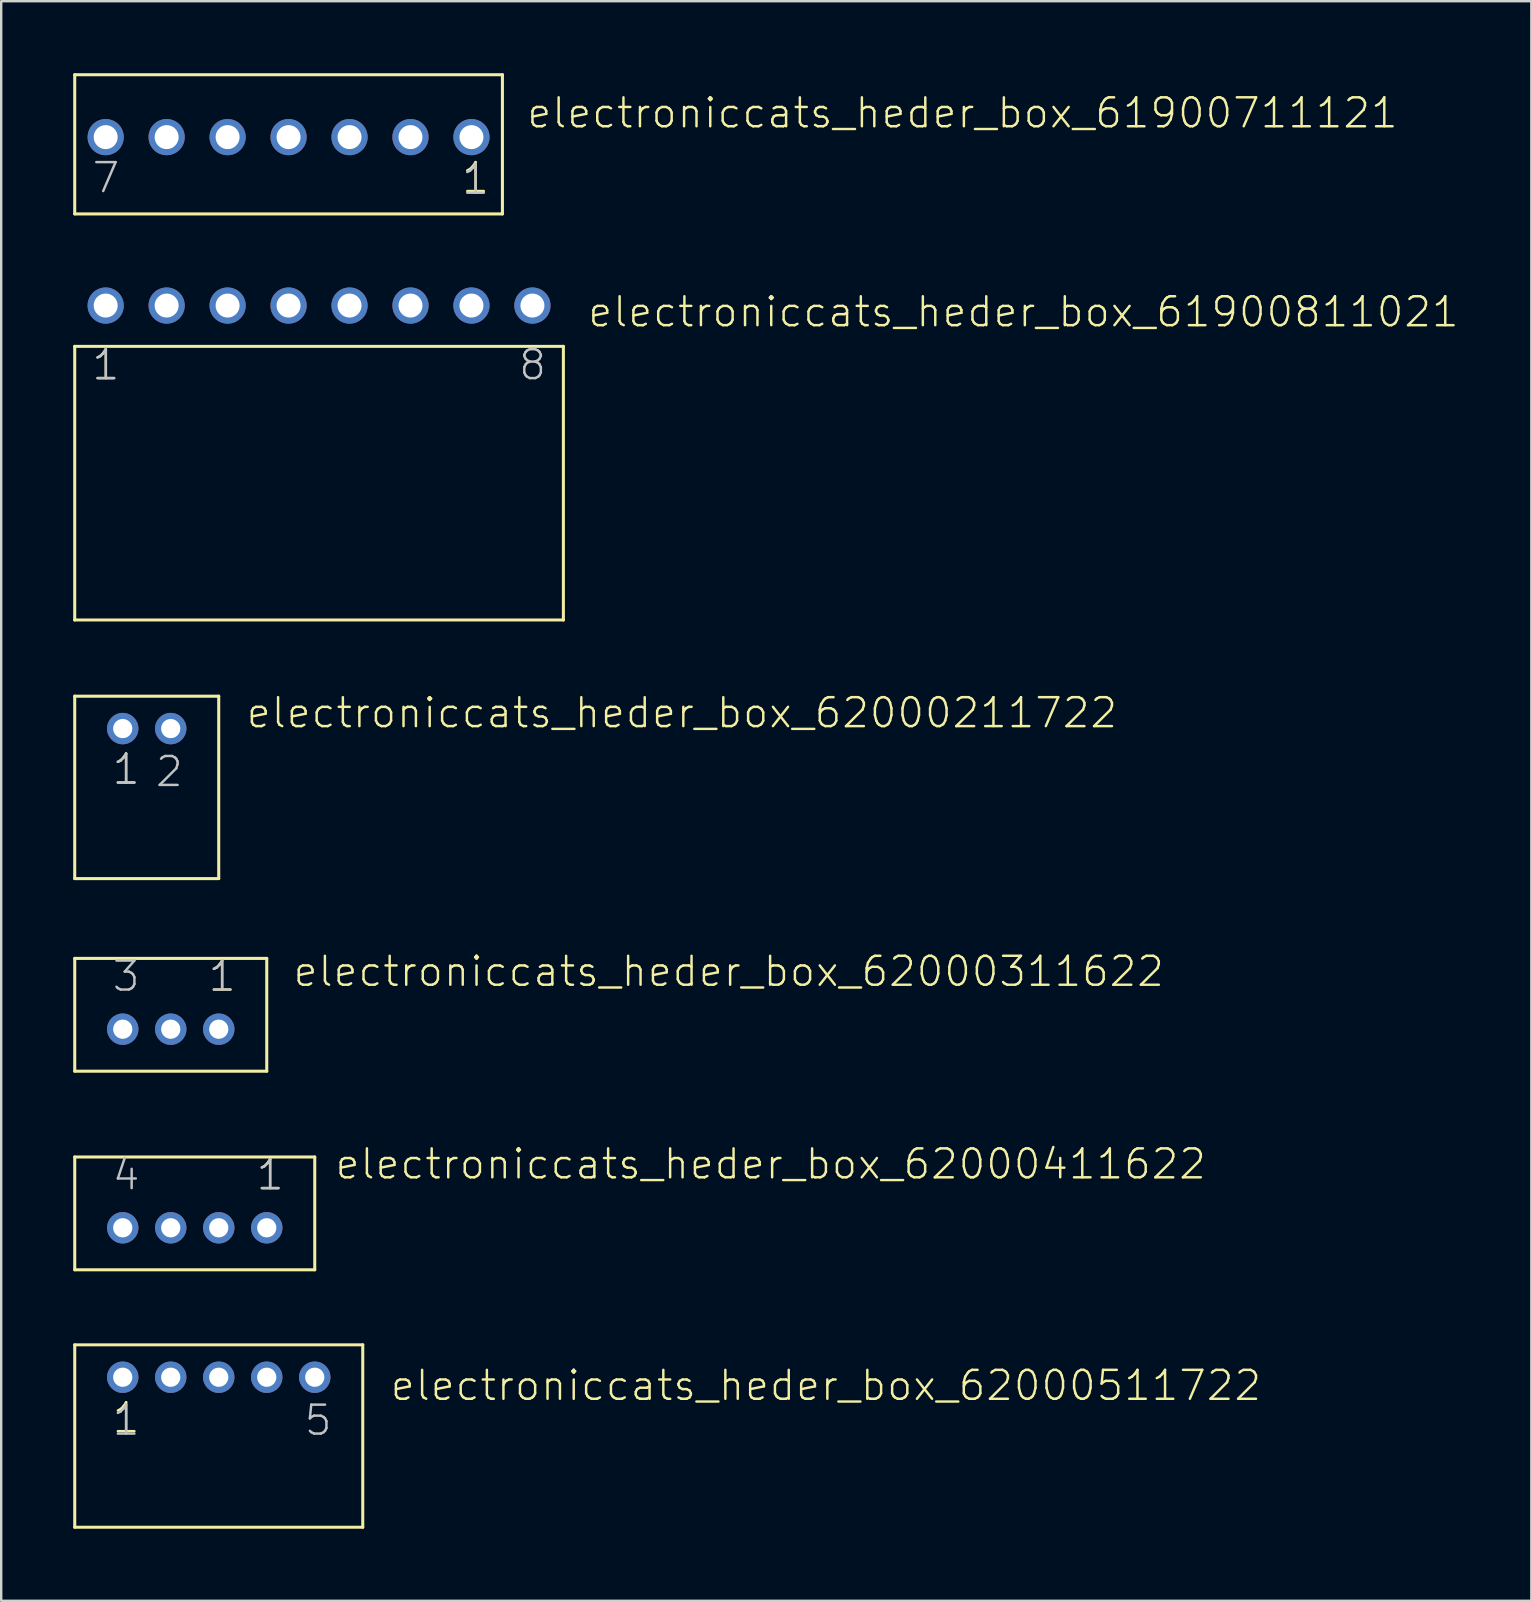
<source format=kicad_pcb>
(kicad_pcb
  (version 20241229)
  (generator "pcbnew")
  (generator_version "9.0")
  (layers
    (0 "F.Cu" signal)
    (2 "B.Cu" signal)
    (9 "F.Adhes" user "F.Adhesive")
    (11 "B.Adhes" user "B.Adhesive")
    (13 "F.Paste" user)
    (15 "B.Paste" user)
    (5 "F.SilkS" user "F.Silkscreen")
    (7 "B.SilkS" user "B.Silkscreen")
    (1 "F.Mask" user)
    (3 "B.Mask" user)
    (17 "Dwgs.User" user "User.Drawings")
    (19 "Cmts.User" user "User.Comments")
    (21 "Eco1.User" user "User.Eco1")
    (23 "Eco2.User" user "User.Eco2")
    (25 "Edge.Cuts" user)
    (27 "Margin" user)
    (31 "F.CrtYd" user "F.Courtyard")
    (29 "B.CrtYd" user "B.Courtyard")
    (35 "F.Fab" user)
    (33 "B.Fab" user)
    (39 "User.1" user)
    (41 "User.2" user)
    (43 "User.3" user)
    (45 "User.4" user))
  (footprint "electroniccats_heder_box_62000211722"
    (layer "F.Cu")
    (at 3.063 27.306)
    (property "Reference" "electroniccats_heder_box_62000211722" (at 4.085 0.05 0) (layer "F.SilkS") (effects (font (size 1.206 1.206) (thickness 0.102)) (justify left bottom)))
    (attr through_hole)
    (fp_line (start -3 -1.35) (end 3 -1.35) (stroke (width 0.127) (type solid)) (layer "F.SilkS"))
    (fp_line (start -3 6.25) (end -3 -1.35) (stroke (width 0.127) (type solid)) (layer "F.SilkS"))
    (fp_line (start 3 -1.35) (end 3 6.25) (stroke (width 0.127) (type solid)) (layer "F.SilkS"))
    (fp_line (start 3 6.25) (end -3 6.25) (stroke (width 0.127) (type solid)) (layer "F.SilkS"))
    (fp_text user "1" (at -1.5 2.4 0) (layer "F.SilkS") (effects (font (size 1.206 1.206) (thickness 0.102)) (justify left bottom)))
    (fp_text user "1" (at -1.5 2.4 0) (layer "Dwgs.User") (effects (font (size 1.206 1.206) (thickness 0.102)) (justify left bottom)))
    (fp_text user "2" (at 0.3 2.5 0) (layer "Dwgs.User") (effects (font (size 1.206 1.206) (thickness 0.102)) (justify left bottom)))
    (pad "1" thru_hole circle (at -1 0 180) (size 1.308 1.308) (drill 0.8) (layers "*.Cu" "*.Mask"))
    (pad "2" thru_hole circle (at 1 0 180) (size 1.308 1.308) (drill 0.8) (layers "*.Cu" "*.Mask")))
  (footprint "electroniccats_heder_box_62000511722"
    (layer "F.Cu")
    (at 6.064 54.332)
    (property "Reference" "electroniccats_heder_box_62000511722" (at 7.085 1.05 0) (layer "F.SilkS") (effects (font (size 1.206 1.206) (thickness 0.102)) (justify left bottom)))
    (attr through_hole)
    (fp_line (start -6 -1.35) (end 6 -1.35) (stroke (width 0.127) (type solid)) (layer "F.SilkS"))
    (fp_line (start -6 6.25) (end -6 -1.35) (stroke (width 0.127) (type solid)) (layer "F.SilkS"))
    (fp_line (start 6 -1.35) (end 6 6.25) (stroke (width 0.127) (type solid)) (layer "F.SilkS"))
    (fp_line (start 6 6.25) (end -6 6.25) (stroke (width 0.127) (type solid)) (layer "F.SilkS"))
    (fp_text user "1" (at -4.5 2.4 0) (layer "F.SilkS") (effects (font (size 1.206 1.206) (thickness 0.102)) (justify left bottom)))
    (fp_text user "5" (at 3.5 2.5 0) (layer "Dwgs.User") (effects (font (size 1.206 1.206) (thickness 0.102)) (justify left bottom)))
    (fp_text user "1" (at -4.5 2.5 0) (layer "Dwgs.User") (effects (font (size 1.206 1.206) (thickness 0.102)) (justify left bottom)))
    (pad "1" thru_hole circle (at -4 0 180) (size 1.308 1.308) (drill 0.8) (layers "*.Cu" "*.Mask"))
    (pad "2" thru_hole circle (at -2 0 180) (size 1.308 1.308) (drill 0.8) (layers "*.Cu" "*.Mask"))
    (pad "3" thru_hole circle (at 0 0 180) (size 1.308 1.308) (drill 0.8) (layers "*.Cu" "*.Mask"))
    (pad "4" thru_hole circle (at 2 0 180) (size 1.308 1.308) (drill 0.8) (layers "*.Cu" "*.Mask"))
    (pad "5" thru_hole circle (at 4 0 180) (size 1.308 1.308) (drill 0.8) (layers "*.Cu" "*.Mask")))
  (footprint "electroniccats_heder_box_61900811021"
    (layer "F.Cu")
    (at 10.243 9.681)
    (property "Reference" "electroniccats_heder_box_61900811021" (at 11.135 0.97 0) (layer "F.SilkS") (effects (font (size 1.206 1.206) (thickness 0.102)) (justify left bottom)))
    (attr through_hole)
    (fp_line (start -10.18 1.7) (end 10.18 1.7) (stroke (width 0.127) (type solid)) (layer "F.SilkS"))
    (fp_line (start -10.18 13.1) (end -10.18 1.7) (stroke (width 0.127) (type solid)) (layer "F.SilkS"))
    (fp_line (start 10.18 1.7) (end 10.18 13.1) (stroke (width 0.127) (type solid)) (layer "F.SilkS"))
    (fp_line (start 10.18 13.1) (end -10.18 13.1) (stroke (width 0.127) (type solid)) (layer "F.SilkS"))
    (fp_text user "1" (at -9.525 3.175 0) (layer "F.SilkS") (effects (font (size 1.206 1.206) (thickness 0.102)) (justify left bottom)))
    (fp_text user "1" (at -9.525 3.175 0) (layer "Dwgs.User") (effects (font (size 1.206 1.206) (thickness 0.102)) (justify left bottom)))
    (fp_text user "8" (at 8.255 3.175 0) (layer "Dwgs.User") (effects (font (size 1.206 1.206) (thickness 0.102)) (justify left bottom)))
    (pad "1" thru_hole circle (at -8.89 0 180) (size 1.508 1.508) (drill 1) (layers "*.Cu" "*.Mask"))
    (pad "2" thru_hole circle (at -6.35 0 180) (size 1.508 1.508) (drill 1) (layers "*.Cu" "*.Mask"))
    (pad "3" thru_hole circle (at -3.81 0 180) (size 1.508 1.508) (drill 1) (layers "*.Cu" "*.Mask"))
    (pad "4" thru_hole circle (at -1.27 0 180) (size 1.508 1.508) (drill 1) (layers "*.Cu" "*.Mask"))
    (pad "5" thru_hole circle (at 1.27 0 180) (size 1.508 1.508) (drill 1) (layers "*.Cu" "*.Mask"))
    (pad "6" thru_hole circle (at 3.81 0 180) (size 1.508 1.508) (drill 1) (layers "*.Cu" "*.Mask"))
    (pad "7" thru_hole circle (at 6.35 0 180) (size 1.508 1.508) (drill 1) (layers "*.Cu" "*.Mask"))
    (pad "8" thru_hole circle (at 8.89 0 180) (size 1.508 1.508) (drill 1) (layers "*.Cu" "*.Mask")))
  (footprint "electroniccats_heder_box_61900711121"
    (layer "F.Cu")
    (at 8.973 2.663)
    (property "Reference" "electroniccats_heder_box_61900711121" (at 9.865 -0.3 0) (layer "F.SilkS") (effects (font (size 1.206 1.206) (thickness 0.102)) (justify left bottom)))
    (attr through_hole)
    (fp_line (start -8.91 -2.6) (end 8.91 -2.6) (stroke (width 0.127) (type solid)) (layer "F.SilkS"))
    (fp_line (start -8.91 3.2) (end -8.91 -2.6) (stroke (width 0.127) (type solid)) (layer "F.SilkS"))
    (fp_line (start 8.91 -2.6) (end 8.91 3.2) (stroke (width 0.127) (type solid)) (layer "F.SilkS"))
    (fp_line (start 8.91 3.2) (end -8.91 3.2) (stroke (width 0.127) (type solid)) (layer "F.SilkS"))
    (fp_text user "1" (at 7.15 2.4 0) (layer "F.SilkS") (effects (font (size 1.206 1.206) (thickness 0.102)) (justify left bottom)))
    (fp_text user "1" (at 7.15 2.47 0) (layer "Dwgs.User") (effects (font (size 1.206 1.206) (thickness 0.102)) (justify left bottom)))
    (fp_text user "7" (at -8.25 2.4 0) (layer "Dwgs.User") (effects (font (size 1.206 1.206) (thickness 0.102)) (justify left bottom)))
    (pad "1" thru_hole circle (at 7.62 0) (size 1.508 1.508) (drill 1) (layers "*.Cu" "*.Mask"))
    (pad "2" thru_hole circle (at 5.08 0) (size 1.508 1.508) (drill 1) (layers "*.Cu" "*.Mask"))
    (pad "3" thru_hole circle (at 2.54 0) (size 1.508 1.508) (drill 1) (layers "*.Cu" "*.Mask"))
    (pad "4" thru_hole circle (at 0 0) (size 1.508 1.508) (drill 1) (layers "*.Cu" "*.Mask"))
    (pad "5" thru_hole circle (at -2.54 0) (size 1.508 1.508) (drill 1) (layers "*.Cu" "*.Mask"))
    (pad "6" thru_hole circle (at -5.08 0) (size 1.508 1.508) (drill 1) (layers "*.Cu" "*.Mask"))
    (pad "7" thru_hole circle (at -7.62 0) (size 1.508 1.508) (drill 1) (layers "*.Cu" "*.Mask")))
  (footprint "electroniccats_heder_box_62000311622"
    (layer "F.Cu")
    (at 4.064 39.831)
    (property "Reference" "electroniccats_heder_box_62000311622" (at 5.035 -1.7 0) (layer "F.SilkS") (effects (font (size 1.206 1.206) (thickness 0.102)) (justify left bottom)))
    (attr through_hole)
    (fp_line (start -4 -2.95) (end 4 -2.95) (stroke (width 0.127) (type solid)) (layer "F.SilkS"))
    (fp_line (start -4 1.75) (end -4 -2.95) (stroke (width 0.127) (type solid)) (layer "F.SilkS"))
    (fp_line (start 4 -2.95) (end 4 1.75) (stroke (width 0.127) (type solid)) (layer "F.SilkS"))
    (fp_line (start 4 1.75) (end -4 1.75) (stroke (width 0.127) (type solid)) (layer "F.SilkS"))
    (fp_text user "1" (at 1.5 -1.5 0) (layer "F.SilkS") (effects (font (size 1.206 1.206) (thickness 0.102)) (justify left bottom)))
    (fp_text user "3" (at -2.5 -1.5 0) (layer "Dwgs.User") (effects (font (size 1.206 1.206) (thickness 0.102)) (justify left bottom)))
    (fp_text user "1" (at 1.5 -1.5 0) (layer "Dwgs.User") (effects (font (size 1.206 1.206) (thickness 0.102)) (justify left bottom)))
    (pad "1" thru_hole circle (at 2 0) (size 1.308 1.308) (drill 0.8) (layers "*.Cu" "*.Mask"))
    (pad "2" thru_hole circle (at 0 0) (size 1.308 1.308) (drill 0.8) (layers "*.Cu" "*.Mask"))
    (pad "3" thru_hole circle (at -2 0) (size 1.308 1.308) (drill 0.8) (layers "*.Cu" "*.Mask")))
  (footprint "electroniccats_heder_box_62000411622"
    (layer "F.Cu")
    (at 5.064 48.105)
    (property "Reference" "electroniccats_heder_box_62000411622" (at 5.785 -1.95 0) (layer "F.SilkS") (effects (font (size 1.206 1.206) (thickness 0.102)) (justify left bottom)))
    (attr through_hole)
    (fp_line (start -5 -2.95) (end 5 -2.95) (stroke (width 0.127) (type solid)) (layer "F.SilkS"))
    (fp_line (start -5 1.75) (end -5 -2.95) (stroke (width 0.127) (type solid)) (layer "F.SilkS"))
    (fp_line (start 5 -2.95) (end 5 1.75) (stroke (width 0.127) (type solid)) (layer "F.SilkS"))
    (fp_line (start 5 1.75) (end -5 1.75) (stroke (width 0.127) (type solid)) (layer "F.SilkS"))
    (fp_text user "1" (at 2.5 -1.5 0) (layer "F.SilkS") (effects (font (size 1.206 1.206) (thickness 0.102)) (justify left bottom)))
    (fp_text user "1" (at 2.5 -1.5 0) (layer "Dwgs.User") (effects (font (size 1.206 1.206) (thickness 0.102)) (justify left bottom)))
    (fp_text user "4" (at -3.5 -1.5 0) (layer "Dwgs.User") (effects (font (size 1.206 1.206) (thickness 0.102)) (justify left bottom)))
    (pad "1" thru_hole circle (at 3 0) (size 1.308 1.308) (drill 0.8) (layers "*.Cu" "*.Mask"))
    (pad "2" thru_hole circle (at 1 0) (size 1.308 1.308) (drill 0.8) (layers "*.Cu" "*.Mask"))
    (pad "3" thru_hole circle (at -1 0) (size 1.308 1.308) (drill 0.8) (layers "*.Cu" "*.Mask"))
    (pad "4" thru_hole circle (at -3 0) (size 1.308 1.308) (drill 0.8) (layers "*.Cu" "*.Mask")))
  (gr_rect
    (start -3 -3)
    (end 60.752 63.646)
    (stroke (width 0.1) (type default))
    (fill no)
    (layer "Edge.Cuts")))
</source>
